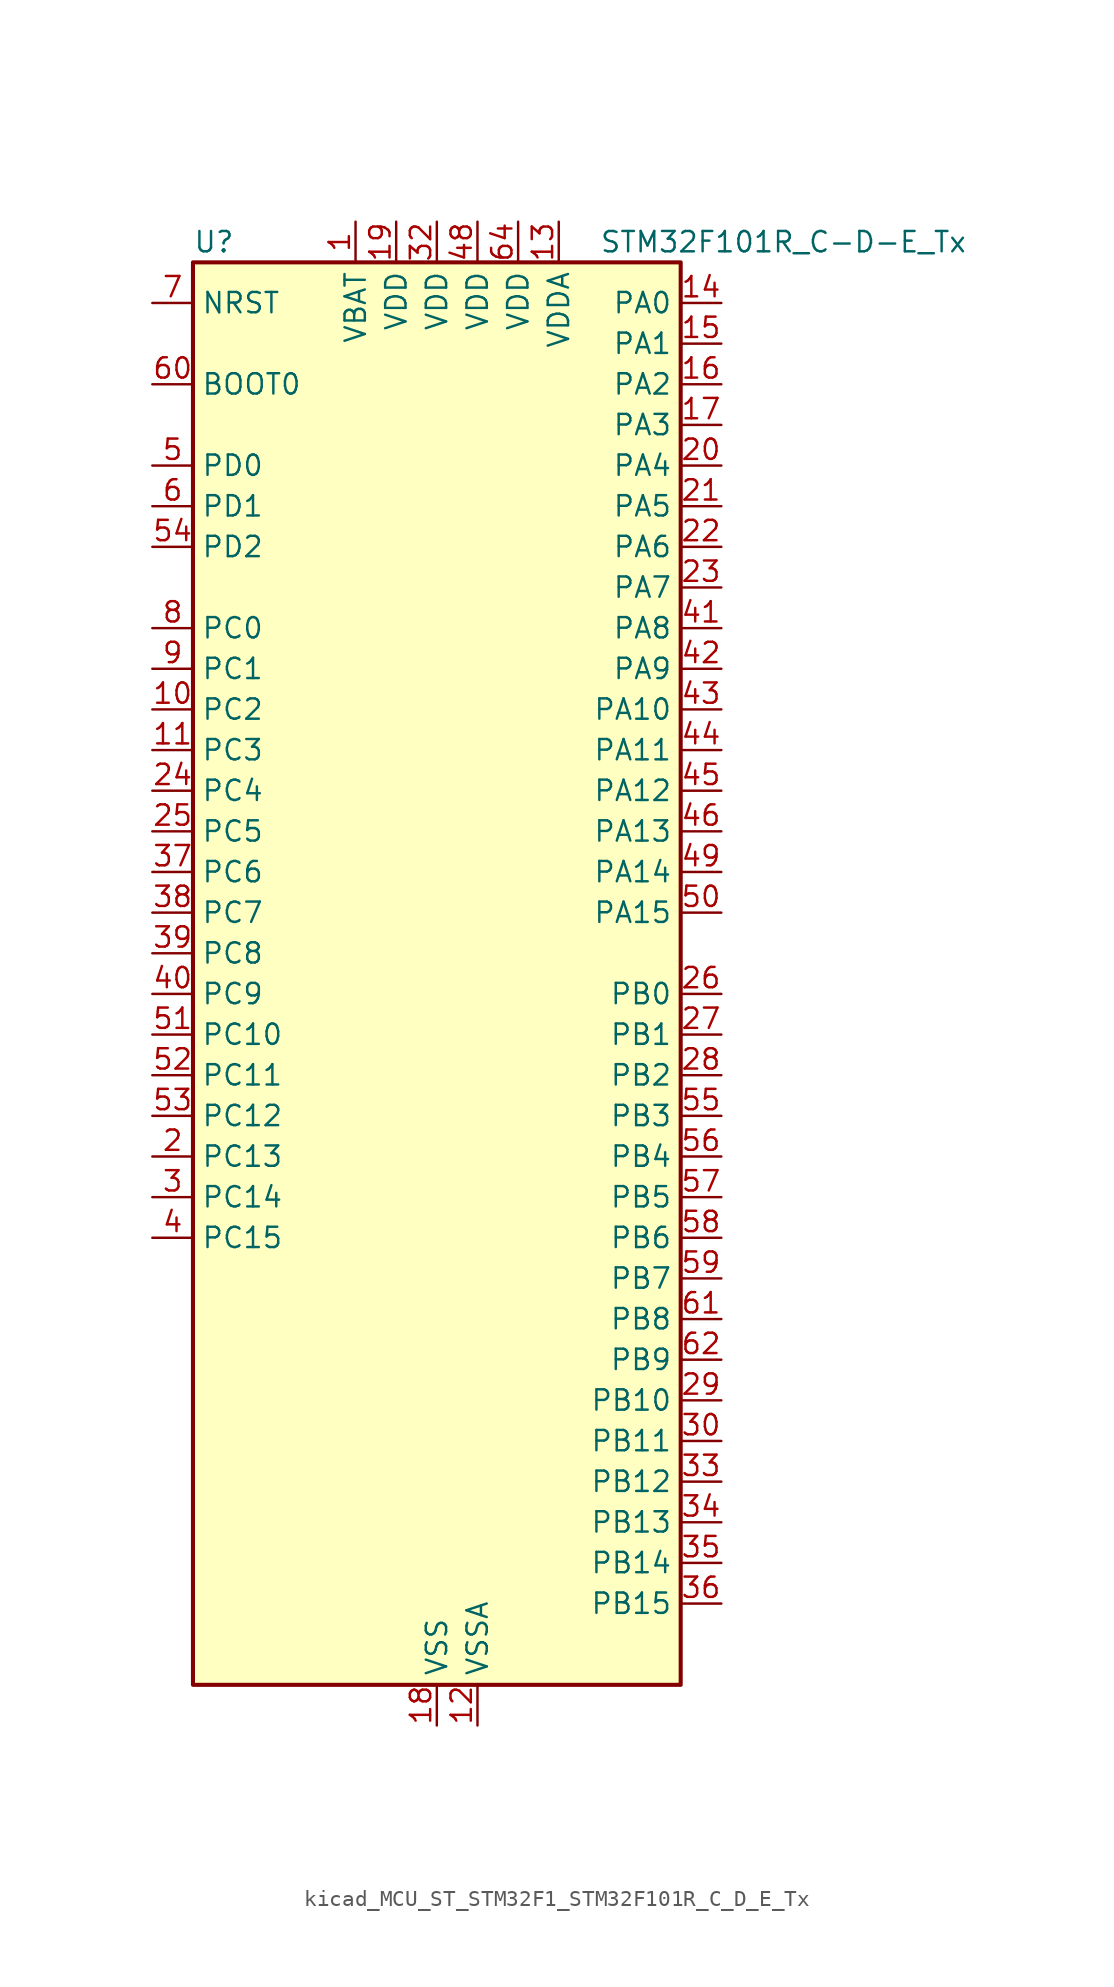
<source format=kicad_sym>
(kicad_symbol_lib
  (version 20220914)
  (generator kicad_symbol_editor)
  (symbol "kicad_MCU_ST_STM32F1_STM32F101R_C_D_E_Tx"
    (property "Reference" "U"
      (at -15.24 46.99 0)
      (effects (font (size 1.27 1.27)) (justify left)))
    (property "Value" "STM32F101R_C-D-E_Tx"
      (at 10.16 46.99 0)
      (effects (font (size 1.27 1.27)) (justify left)))
    (property "ki_locked" ""
      (at 0 0 0)
      (effects (font (size 1.27 1.27))))
    (symbol "kicad_MCU_ST_STM32F1_STM32F101R_C_D_E_Tx_0_1"
      (rectangle (start -15.24 -43.18) (end 15.24 45.72) (stroke (width 0.254) (type default)) (fill (type background))))
    (symbol "kicad_MCU_ST_STM32F1_STM32F101R_C_D_E_Tx_1_1"
      (pin power_in line (at -5.08 48.26 270) (length 2.54) (name "VBAT" (effects (font (size 1.27 1.27)))) (number "1" (effects (font (size 1.27 1.27)))))
      (pin bidirectional line (at -17.78 17.78 0) (length 2.54) (name "PC2" (effects (font (size 1.27 1.27)))) (number "10" (effects (font (size 1.27 1.27)))) (alternate "ADC1_IN12" bidirectional line))
      (pin bidirectional line (at -17.78 15.24 0) (length 2.54) (name "PC3" (effects (font (size 1.27 1.27)))) (number "11" (effects (font (size 1.27 1.27)))) (alternate "ADC1_IN13" bidirectional line))
      (pin power_in line (at 2.54 -45.72 90) (length 2.54) (name "VSSA" (effects (font (size 1.27 1.27)))) (number "12" (effects (font (size 1.27 1.27)))))
      (pin power_in line (at 7.62 48.26 270) (length 2.54) (name "VDDA" (effects (font (size 1.27 1.27)))) (number "13" (effects (font (size 1.27 1.27)))))
      (pin bidirectional line (at 17.78 43.18 180) (length 2.54) (name "PA0" (effects (font (size 1.27 1.27)))) (number "14" (effects (font (size 1.27 1.27)))) (alternate "ADC1_IN0" bidirectional line) (alternate "SYS_WKUP" bidirectional line) (alternate "TIM2_CH1" bidirectional line) (alternate "TIM2_ETR" bidirectional line) (alternate "TIM5_CH1" bidirectional line) (alternate "USART2_CTS" bidirectional line))
      (pin bidirectional line (at 17.78 40.64 180) (length 2.54) (name "PA1" (effects (font (size 1.27 1.27)))) (number "15" (effects (font (size 1.27 1.27)))) (alternate "ADC1_IN1" bidirectional line) (alternate "TIM2_CH2" bidirectional line) (alternate "TIM5_CH2" bidirectional line) (alternate "USART2_RTS" bidirectional line))
      (pin bidirectional line (at 17.78 38.1 180) (length 2.54) (name "PA2" (effects (font (size 1.27 1.27)))) (number "16" (effects (font (size 1.27 1.27)))) (alternate "ADC1_IN2" bidirectional line) (alternate "TIM2_CH3" bidirectional line) (alternate "TIM5_CH3" bidirectional line) (alternate "USART2_TX" bidirectional line))
      (pin bidirectional line (at 17.78 35.56 180) (length 2.54) (name "PA3" (effects (font (size 1.27 1.27)))) (number "17" (effects (font (size 1.27 1.27)))) (alternate "ADC1_IN3" bidirectional line) (alternate "TIM2_CH4" bidirectional line) (alternate "TIM5_CH4" bidirectional line) (alternate "USART2_RX" bidirectional line))
      (pin power_in line (at 0 -45.72 90) (length 2.54) (name "VSS" (effects (font (size 1.27 1.27)))) (number "18" (effects (font (size 1.27 1.27)))))
      (pin power_in line (at -2.54 48.26 270) (length 2.54) (name "VDD" (effects (font (size 1.27 1.27)))) (number "19" (effects (font (size 1.27 1.27)))))
      (pin bidirectional line (at -17.78 -10.16 0) (length 2.54) (name "PC13" (effects (font (size 1.27 1.27)))) (number "2" (effects (font (size 1.27 1.27)))) (alternate "RTC_OUT" bidirectional line) (alternate "RTC_TAMPER" bidirectional line))
      (pin bidirectional line (at 17.78 33.02 180) (length 2.54) (name "PA4" (effects (font (size 1.27 1.27)))) (number "20" (effects (font (size 1.27 1.27)))) (alternate "ADC1_IN4" bidirectional line) (alternate "DAC_OUT1" bidirectional line) (alternate "SPI1_NSS" bidirectional line) (alternate "USART2_CK" bidirectional line))
      (pin bidirectional line (at 17.78 30.48 180) (length 2.54) (name "PA5" (effects (font (size 1.27 1.27)))) (number "21" (effects (font (size 1.27 1.27)))) (alternate "ADC1_IN5" bidirectional line) (alternate "DAC_OUT2" bidirectional line) (alternate "SPI1_SCK" bidirectional line))
      (pin bidirectional line (at 17.78 27.94 180) (length 2.54) (name "PA6" (effects (font (size 1.27 1.27)))) (number "22" (effects (font (size 1.27 1.27)))) (alternate "ADC1_IN6" bidirectional line) (alternate "SPI1_MISO" bidirectional line) (alternate "TIM3_CH1" bidirectional line))
      (pin bidirectional line (at 17.78 25.4 180) (length 2.54) (name "PA7" (effects (font (size 1.27 1.27)))) (number "23" (effects (font (size 1.27 1.27)))) (alternate "ADC1_IN7" bidirectional line) (alternate "SPI1_MOSI" bidirectional line) (alternate "TIM3_CH2" bidirectional line))
      (pin bidirectional line (at -17.78 12.7 0) (length 2.54) (name "PC4" (effects (font (size 1.27 1.27)))) (number "24" (effects (font (size 1.27 1.27)))) (alternate "ADC1_IN14" bidirectional line))
      (pin bidirectional line (at -17.78 10.16 0) (length 2.54) (name "PC5" (effects (font (size 1.27 1.27)))) (number "25" (effects (font (size 1.27 1.27)))) (alternate "ADC1_IN15" bidirectional line))
      (pin bidirectional line (at 17.78 0 180) (length 2.54) (name "PB0" (effects (font (size 1.27 1.27)))) (number "26" (effects (font (size 1.27 1.27)))) (alternate "ADC1_IN8" bidirectional line) (alternate "TIM3_CH3" bidirectional line))
      (pin bidirectional line (at 17.78 -2.54 180) (length 2.54) (name "PB1" (effects (font (size 1.27 1.27)))) (number "27" (effects (font (size 1.27 1.27)))) (alternate "ADC1_IN9" bidirectional line) (alternate "TIM3_CH4" bidirectional line))
      (pin bidirectional line (at 17.78 -5.08 180) (length 2.54) (name "PB2" (effects (font (size 1.27 1.27)))) (number "28" (effects (font (size 1.27 1.27)))))
      (pin bidirectional line (at 17.78 -25.4 180) (length 2.54) (name "PB10" (effects (font (size 1.27 1.27)))) (number "29" (effects (font (size 1.27 1.27)))) (alternate "I2C2_SCL" bidirectional line) (alternate "TIM2_CH3" bidirectional line) (alternate "USART3_TX" bidirectional line))
      (pin bidirectional line (at -17.78 -12.7 0) (length 2.54) (name "PC14" (effects (font (size 1.27 1.27)))) (number "3" (effects (font (size 1.27 1.27)))) (alternate "RCC_OSC32_IN" bidirectional line))
      (pin bidirectional line (at 17.78 -27.94 180) (length 2.54) (name "PB11" (effects (font (size 1.27 1.27)))) (number "30" (effects (font (size 1.27 1.27)))) (alternate "ADC1_EXTI11" bidirectional line) (alternate "I2C2_SDA" bidirectional line) (alternate "TIM2_CH4" bidirectional line) (alternate "USART3_RX" bidirectional line))
      (pin passive line (at 0 -45.72 90) (length 2.54) hide (name "VSS" (effects (font (size 1.27 1.27)))) (number "31" (effects (font (size 1.27 1.27)))))
      (pin power_in line (at 0 48.26 270) (length 2.54) (name "VDD" (effects (font (size 1.27 1.27)))) (number "32" (effects (font (size 1.27 1.27)))))
      (pin bidirectional line (at 17.78 -30.48 180) (length 2.54) (name "PB12" (effects (font (size 1.27 1.27)))) (number "33" (effects (font (size 1.27 1.27)))) (alternate "I2C2_SMBA" bidirectional line) (alternate "SPI2_NSS" bidirectional line) (alternate "USART3_CK" bidirectional line))
      (pin bidirectional line (at 17.78 -33.02 180) (length 2.54) (name "PB13" (effects (font (size 1.27 1.27)))) (number "34" (effects (font (size 1.27 1.27)))) (alternate "SPI2_SCK" bidirectional line) (alternate "USART3_CTS" bidirectional line))
      (pin bidirectional line (at 17.78 -35.56 180) (length 2.54) (name "PB14" (effects (font (size 1.27 1.27)))) (number "35" (effects (font (size 1.27 1.27)))) (alternate "SPI2_MISO" bidirectional line) (alternate "USART3_RTS" bidirectional line))
      (pin bidirectional line (at 17.78 -38.1 180) (length 2.54) (name "PB15" (effects (font (size 1.27 1.27)))) (number "36" (effects (font (size 1.27 1.27)))) (alternate "ADC1_EXTI15" bidirectional line) (alternate "SPI2_MOSI" bidirectional line))
      (pin bidirectional line (at -17.78 7.62 0) (length 2.54) (name "PC6" (effects (font (size 1.27 1.27)))) (number "37" (effects (font (size 1.27 1.27)))) (alternate "TIM3_CH1" bidirectional line))
      (pin bidirectional line (at -17.78 5.08 0) (length 2.54) (name "PC7" (effects (font (size 1.27 1.27)))) (number "38" (effects (font (size 1.27 1.27)))) (alternate "TIM3_CH2" bidirectional line))
      (pin bidirectional line (at -17.78 2.54 0) (length 2.54) (name "PC8" (effects (font (size 1.27 1.27)))) (number "39" (effects (font (size 1.27 1.27)))) (alternate "TIM3_CH3" bidirectional line))
      (pin bidirectional line (at -17.78 -15.24 0) (length 2.54) (name "PC15" (effects (font (size 1.27 1.27)))) (number "4" (effects (font (size 1.27 1.27)))) (alternate "ADC1_EXTI15" bidirectional line) (alternate "RCC_OSC32_OUT" bidirectional line))
      (pin bidirectional line (at -17.78 0 0) (length 2.54) (name "PC9" (effects (font (size 1.27 1.27)))) (number "40" (effects (font (size 1.27 1.27)))) (alternate "DAC_EXTI9" bidirectional line) (alternate "TIM3_CH4" bidirectional line))
      (pin bidirectional line (at 17.78 22.86 180) (length 2.54) (name "PA8" (effects (font (size 1.27 1.27)))) (number "41" (effects (font (size 1.27 1.27)))) (alternate "RCC_MCO" bidirectional line) (alternate "USART1_CK" bidirectional line))
      (pin bidirectional line (at 17.78 20.32 180) (length 2.54) (name "PA9" (effects (font (size 1.27 1.27)))) (number "42" (effects (font (size 1.27 1.27)))) (alternate "DAC_EXTI9" bidirectional line) (alternate "USART1_TX" bidirectional line))
      (pin bidirectional line (at 17.78 17.78 180) (length 2.54) (name "PA10" (effects (font (size 1.27 1.27)))) (number "43" (effects (font (size 1.27 1.27)))) (alternate "USART1_RX" bidirectional line))
      (pin bidirectional line (at 17.78 15.24 180) (length 2.54) (name "PA11" (effects (font (size 1.27 1.27)))) (number "44" (effects (font (size 1.27 1.27)))) (alternate "ADC1_EXTI11" bidirectional line) (alternate "USART1_CTS" bidirectional line))
      (pin bidirectional line (at 17.78 12.7 180) (length 2.54) (name "PA12" (effects (font (size 1.27 1.27)))) (number "45" (effects (font (size 1.27 1.27)))) (alternate "USART1_RTS" bidirectional line))
      (pin bidirectional line (at 17.78 10.16 180) (length 2.54) (name "PA13" (effects (font (size 1.27 1.27)))) (number "46" (effects (font (size 1.27 1.27)))) (alternate "SYS_JTMS-SWDIO" bidirectional line))
      (pin passive line (at 0 -45.72 90) (length 2.54) hide (name "VSS" (effects (font (size 1.27 1.27)))) (number "47" (effects (font (size 1.27 1.27)))))
      (pin power_in line (at 2.54 48.26 270) (length 2.54) (name "VDD" (effects (font (size 1.27 1.27)))) (number "48" (effects (font (size 1.27 1.27)))))
      (pin bidirectional line (at 17.78 7.62 180) (length 2.54) (name "PA14" (effects (font (size 1.27 1.27)))) (number "49" (effects (font (size 1.27 1.27)))) (alternate "SYS_JTCK-SWCLK" bidirectional line))
      (pin bidirectional line (at -17.78 33.02 0) (length 2.54) (name "PD0" (effects (font (size 1.27 1.27)))) (number "5" (effects (font (size 1.27 1.27)))) (alternate "RCC_OSC_IN" bidirectional line))
      (pin bidirectional line (at 17.78 5.08 180) (length 2.54) (name "PA15" (effects (font (size 1.27 1.27)))) (number "50" (effects (font (size 1.27 1.27)))) (alternate "ADC1_EXTI15" bidirectional line) (alternate "SPI1_NSS" bidirectional line) (alternate "SPI3_NSS" bidirectional line) (alternate "SYS_JTDI" bidirectional line) (alternate "TIM2_CH1" bidirectional line) (alternate "TIM2_ETR" bidirectional line))
      (pin bidirectional line (at -17.78 -2.54 0) (length 2.54) (name "PC10" (effects (font (size 1.27 1.27)))) (number "51" (effects (font (size 1.27 1.27)))) (alternate "UART4_TX" bidirectional line) (alternate "USART3_TX" bidirectional line))
      (pin bidirectional line (at -17.78 -5.08 0) (length 2.54) (name "PC11" (effects (font (size 1.27 1.27)))) (number "52" (effects (font (size 1.27 1.27)))) (alternate "ADC1_EXTI11" bidirectional line) (alternate "UART4_RX" bidirectional line) (alternate "USART3_RX" bidirectional line))
      (pin bidirectional line (at -17.78 -7.62 0) (length 2.54) (name "PC12" (effects (font (size 1.27 1.27)))) (number "53" (effects (font (size 1.27 1.27)))) (alternate "UART5_TX" bidirectional line) (alternate "USART3_CK" bidirectional line))
      (pin bidirectional line (at -17.78 27.94 0) (length 2.54) (name "PD2" (effects (font (size 1.27 1.27)))) (number "54" (effects (font (size 1.27 1.27)))) (alternate "TIM3_ETR" bidirectional line) (alternate "UART5_RX" bidirectional line))
      (pin bidirectional line (at 17.78 -7.62 180) (length 2.54) (name "PB3" (effects (font (size 1.27 1.27)))) (number "55" (effects (font (size 1.27 1.27)))) (alternate "SPI1_SCK" bidirectional line) (alternate "SPI3_SCK" bidirectional line) (alternate "SYS_JTDO-TRACESWO" bidirectional line) (alternate "TIM2_CH2" bidirectional line))
      (pin bidirectional line (at 17.78 -10.16 180) (length 2.54) (name "PB4" (effects (font (size 1.27 1.27)))) (number "56" (effects (font (size 1.27 1.27)))) (alternate "SPI1_MISO" bidirectional line) (alternate "SPI3_MISO" bidirectional line) (alternate "SYS_NJTRST" bidirectional line) (alternate "TIM3_CH1" bidirectional line))
      (pin bidirectional line (at 17.78 -12.7 180) (length 2.54) (name "PB5" (effects (font (size 1.27 1.27)))) (number "57" (effects (font (size 1.27 1.27)))) (alternate "I2C1_SMBA" bidirectional line) (alternate "SPI1_MOSI" bidirectional line) (alternate "SPI3_MOSI" bidirectional line) (alternate "TIM3_CH2" bidirectional line))
      (pin bidirectional line (at 17.78 -15.24 180) (length 2.54) (name "PB6" (effects (font (size 1.27 1.27)))) (number "58" (effects (font (size 1.27 1.27)))) (alternate "I2C1_SCL" bidirectional line) (alternate "TIM4_CH1" bidirectional line) (alternate "USART1_TX" bidirectional line))
      (pin bidirectional line (at 17.78 -17.78 180) (length 2.54) (name "PB7" (effects (font (size 1.27 1.27)))) (number "59" (effects (font (size 1.27 1.27)))) (alternate "I2C1_SDA" bidirectional line) (alternate "TIM4_CH2" bidirectional line) (alternate "USART1_RX" bidirectional line))
      (pin bidirectional line (at -17.78 30.48 0) (length 2.54) (name "PD1" (effects (font (size 1.27 1.27)))) (number "6" (effects (font (size 1.27 1.27)))) (alternate "RCC_OSC_OUT" bidirectional line))
      (pin input line (at -17.78 38.1 0) (length 2.54) (name "BOOT0" (effects (font (size 1.27 1.27)))) (number "60" (effects (font (size 1.27 1.27)))))
      (pin bidirectional line (at 17.78 -20.32 180) (length 2.54) (name "PB8" (effects (font (size 1.27 1.27)))) (number "61" (effects (font (size 1.27 1.27)))) (alternate "I2C1_SCL" bidirectional line) (alternate "TIM4_CH3" bidirectional line))
      (pin bidirectional line (at 17.78 -22.86 180) (length 2.54) (name "PB9" (effects (font (size 1.27 1.27)))) (number "62" (effects (font (size 1.27 1.27)))) (alternate "DAC_EXTI9" bidirectional line) (alternate "I2C1_SDA" bidirectional line) (alternate "TIM4_CH4" bidirectional line))
      (pin passive line (at 0 -45.72 90) (length 2.54) hide (name "VSS" (effects (font (size 1.27 1.27)))) (number "63" (effects (font (size 1.27 1.27)))))
      (pin power_in line (at 5.08 48.26 270) (length 2.54) (name "VDD" (effects (font (size 1.27 1.27)))) (number "64" (effects (font (size 1.27 1.27)))))
      (pin input line (at -17.78 43.18 0) (length 2.54) (name "NRST" (effects (font (size 1.27 1.27)))) (number "7" (effects (font (size 1.27 1.27)))))
      (pin bidirectional line (at -17.78 22.86 0) (length 2.54) (name "PC0" (effects (font (size 1.27 1.27)))) (number "8" (effects (font (size 1.27 1.27)))) (alternate "ADC1_IN10" bidirectional line))
      (pin bidirectional line (at -17.78 20.32 0) (length 2.54) (name "PC1" (effects (font (size 1.27 1.27)))) (number "9" (effects (font (size 1.27 1.27)))) (alternate "ADC1_IN11" bidirectional line)))))
</source>
